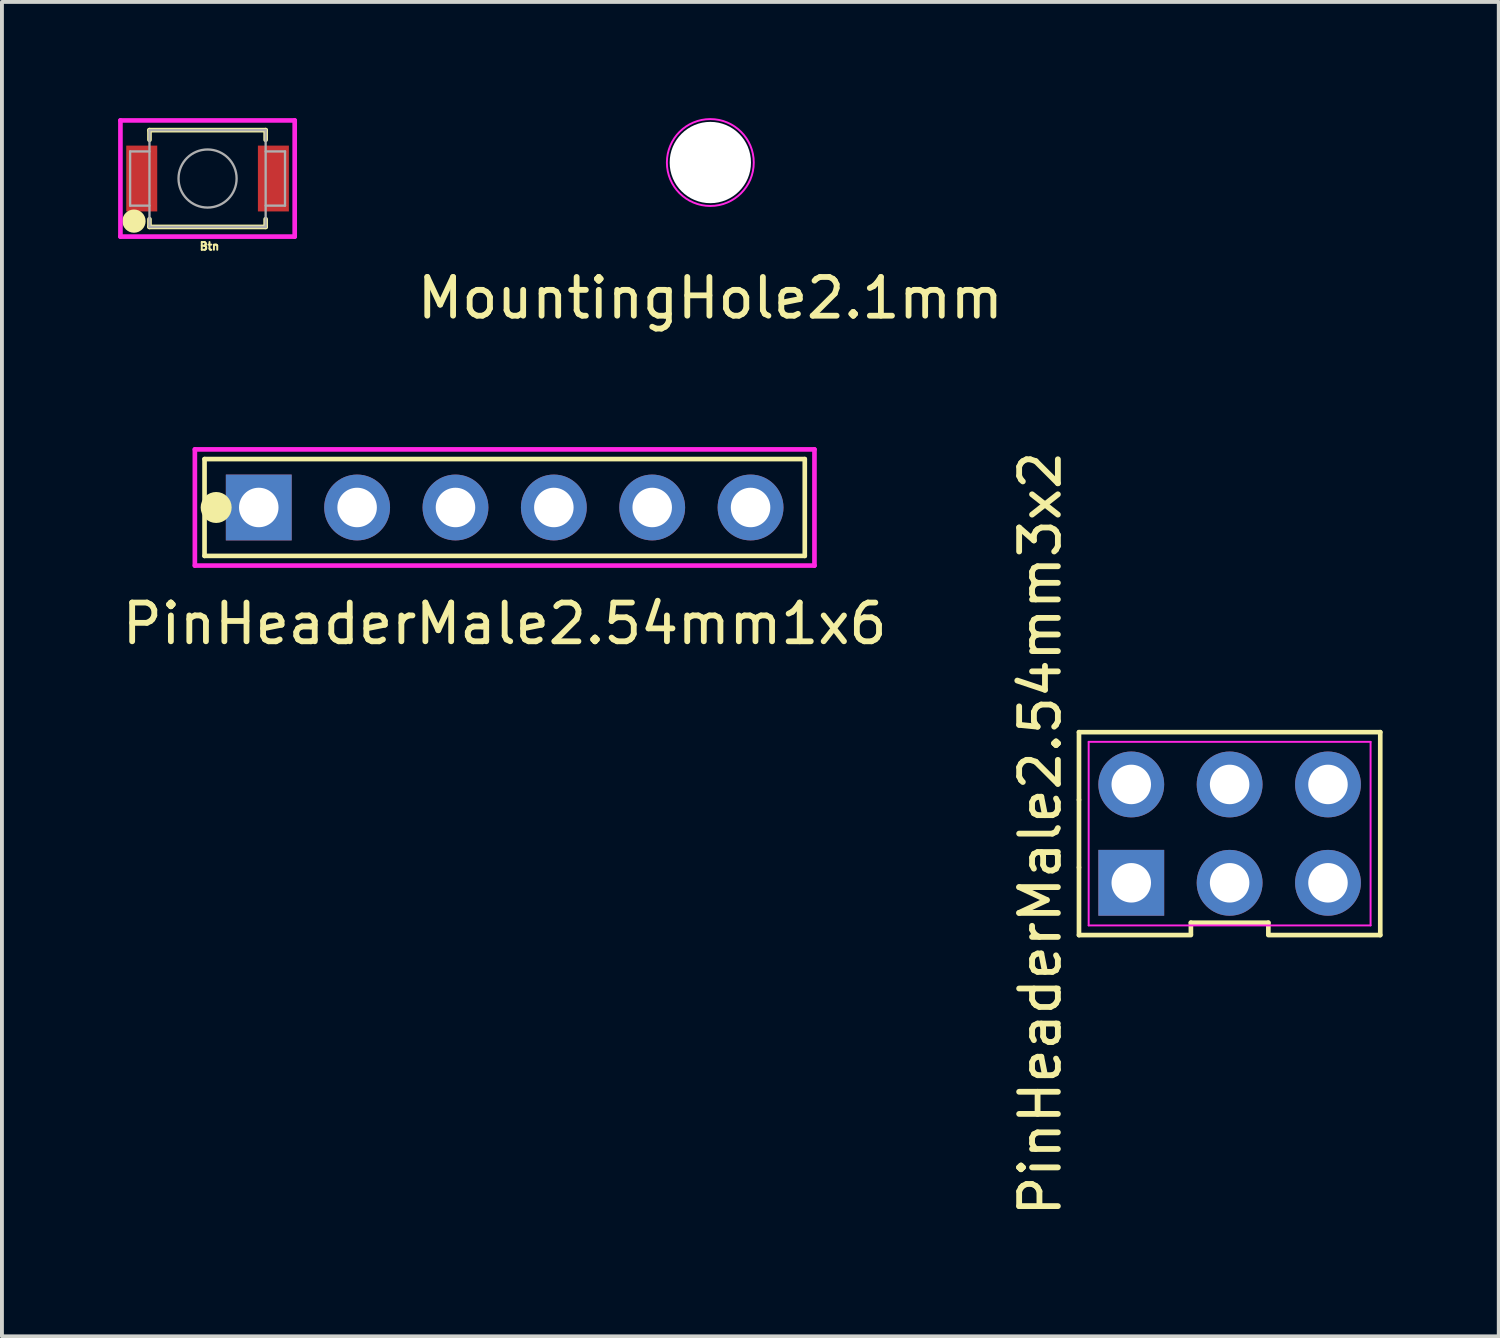
<source format=kicad_pcb>
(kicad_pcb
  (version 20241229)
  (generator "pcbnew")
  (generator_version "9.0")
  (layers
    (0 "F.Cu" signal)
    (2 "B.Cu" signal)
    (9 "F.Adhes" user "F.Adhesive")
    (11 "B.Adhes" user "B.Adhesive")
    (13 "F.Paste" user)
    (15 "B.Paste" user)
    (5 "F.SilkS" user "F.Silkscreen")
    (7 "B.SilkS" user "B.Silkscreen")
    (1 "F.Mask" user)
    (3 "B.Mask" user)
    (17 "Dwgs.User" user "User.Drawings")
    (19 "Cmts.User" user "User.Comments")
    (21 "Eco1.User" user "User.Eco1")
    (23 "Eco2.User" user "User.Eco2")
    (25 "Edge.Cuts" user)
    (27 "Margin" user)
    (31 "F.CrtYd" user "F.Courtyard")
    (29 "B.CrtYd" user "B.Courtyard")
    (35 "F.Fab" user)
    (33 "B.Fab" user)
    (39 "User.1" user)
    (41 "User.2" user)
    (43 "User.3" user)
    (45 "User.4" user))
  (footprint "MountingHole2.1mm"
    (layer "F.Cu")
    (at 15.293 1.147)
    (property "Reference" "MountingHole2.1mm" (at 0 3.5 0) (layer "F.SilkS") (effects (font (size 1 1) (thickness 0.15))))
    (attr through_hole)
    (fp_circle (center 0 0) (end 1.12 -0.06) (stroke (width 0.05) (type solid)) (fill no) (layer "F.CrtYd"))
    (pad "" np_thru_hole circle (at 0 0) (size 2.1 2.1) (drill 2.1) (layers "*.Cu" "*.Mask")))
  (footprint "Btn"
    (layer "F.Cu")
    (at 2.31 1.56)
    (property "Reference" "Btn" (at 0.05 1.75 0) (layer "F.SilkS") (effects (font (size 0.2 0.2) (thickness 0.05))))
    (attr through_hole)
    (fp_line (start -1.5 -1.25) (end 1.5 -1.25) (stroke (width 0.12) (type solid)) (layer "F.SilkS"))
    (fp_line (start -1.5 -1) (end -1.5 -1.25) (stroke (width 0.12) (type solid)) (layer "F.SilkS"))
    (fp_line (start -1.5 1.05) (end -1.5 1.25) (stroke (width 0.12) (type solid)) (layer "F.SilkS"))
    (fp_line (start -1.5 1.25) (end 1.5 1.25) (stroke (width 0.12) (type solid)) (layer "F.SilkS"))
    (fp_line (start 1.5 -1.25) (end 1.5 -1) (stroke (width 0.12) (type solid)) (layer "F.SilkS"))
    (fp_line (start 1.5 1.25) (end 1.5 1.05) (stroke (width 0.12) (type solid)) (layer "F.SilkS"))
    (fp_circle (center -1.9 1.1) (end -1.9 1.1) (stroke (width 0.3) (type solid)) (fill no) (layer "F.SilkS"))
    (fp_line (start -2.25 -1.5) (end -2.25 1.5) (stroke (width 0.12) (type solid)) (layer "F.CrtYd"))
    (fp_line (start -2.25 1.5) (end 2.25 1.5) (stroke (width 0.12) (type solid)) (layer "F.CrtYd"))
    (fp_line (start 2.25 -1.5) (end -2.25 -1.5) (stroke (width 0.12) (type solid)) (layer "F.CrtYd"))
    (fp_line (start 2.25 1.5) (end 2.25 -1.5) (stroke (width 0.12) (type solid)) (layer "F.CrtYd"))
    (fp_line (start -2 -0.7) (end -2 0.7) (stroke (width 0.06) (type solid)) (layer "F.Fab"))
    (fp_line (start -2 -0.7) (end -1.5 -0.7) (stroke (width 0.06) (type solid)) (layer "F.Fab"))
    (fp_line (start -2 0.7) (end -1.5 0.7) (stroke (width 0.06) (type solid)) (layer "F.Fab"))
    (fp_line (start -1.5 -1.25) (end -1.5 1.25) (stroke (width 0.06) (type solid)) (layer "F.Fab"))
    (fp_line (start -1.5 -1.25) (end 1.5 -1.25) (stroke (width 0.06) (type solid)) (layer "F.Fab"))
    (fp_line (start -1.5 1.25) (end 1.5 1.25) (stroke (width 0.06) (type solid)) (layer "F.Fab"))
    (fp_line (start 1.5 -1.25) (end 1.5 1.25) (stroke (width 0.06) (type solid)) (layer "F.Fab"))
    (fp_line (start 2 -0.7) (end 1.5 -0.7) (stroke (width 0.06) (type solid)) (layer "F.Fab"))
    (fp_line (start 2 -0.7) (end 2 0.7) (stroke (width 0.06) (type solid)) (layer "F.Fab"))
    (fp_line (start 2 0.7) (end 1.5 0.7) (stroke (width 0.06) (type solid)) (layer "F.Fab"))
    (fp_circle (center 0 0) (end 0.75 0) (stroke (width 0.06) (type solid)) (fill no) (layer "F.Fab"))
    (pad "1" smd rect (at -1.7 0) (size 0.8 1.7) (layers "F.Cu" "F.Mask" "F.Paste"))
    (pad "2" smd rect (at 1.7 0) (size 0.8 1.7) (layers "F.Cu" "F.Mask" "F.Paste")))
  (footprint "PinHeaderMale2.54mm1x6"
    (layer "F.Cu")
    (at 9.982 10.055)
    (property "Reference" "PinHeaderMale2.54mm1x6" (at 0 3 0) (layer "F.SilkS") (effects (font (size 1 1) (thickness 0.15))))
    (attr through_hole)
    (fp_line (start -7.75 -1.25) (end -7.75 1.25) (stroke (width 0.12) (type solid)) (layer "F.SilkS"))
    (fp_line (start -7.75 -1.25) (end 7.75 -1.25) (stroke (width 0.12) (type solid)) (layer "F.SilkS"))
    (fp_line (start 7.75 -1.25) (end 7.75 1.25) (stroke (width 0.12) (type solid)) (layer "F.SilkS"))
    (fp_line (start 7.75 1.25) (end -7.75 1.25) (stroke (width 0.12) (type solid)) (layer "F.SilkS"))
    (fp_circle (center -7.45 0) (end -7.45 0) (stroke (width 0.4) (type solid)) (fill no) (layer "F.SilkS"))
    (fp_line (start -8 -1.5) (end 8 -1.5) (stroke (width 0.12) (type solid)) (layer "F.CrtYd"))
    (fp_line (start -8 1.5) (end -8 -1.5) (stroke (width 0.12) (type solid)) (layer "F.CrtYd"))
    (fp_line (start 8 -1.5) (end 8 1.5) (stroke (width 0.12) (type solid)) (layer "F.CrtYd"))
    (fp_line (start 8 1.5) (end -8 1.5) (stroke (width 0.12) (type solid)) (layer "F.CrtYd"))
    (pad "1" thru_hole rect (at -6.35 0) (size 1.7 1.7) (drill 1.02) (layers "*.Cu" "*.Mask"))
    (pad "2" thru_hole circle (at -3.81 0) (size 1.7 1.7) (drill 1.02) (layers "*.Cu" "*.Mask"))
    (pad "3" thru_hole circle (at -1.27 0) (size 1.7 1.7) (drill 1.02) (layers "*.Cu" "*.Mask"))
    (pad "4" thru_hole circle (at 1.27 0) (size 1.7 1.7) (drill 1.02) (layers "*.Cu" "*.Mask"))
    (pad "5" thru_hole circle (at 3.81 0) (size 1.7 1.7) (drill 1.02) (layers "*.Cu" "*.Mask"))
    (pad "6" thru_hole circle (at 6.35 0) (size 1.7 1.7) (drill 1.02) (layers "*.Cu" "*.Mask")))
  (footprint "PinHeaderMale2.54mm3x2"
    (layer "F.Cu")
    (at 28.703 18.477)
    (property "Reference" "PinHeaderMale2.54mm3x2" (at -4.89 0 90) (layer "F.SilkS") (effects (font (size 1 1) (thickness 0.15))))
    (attr through_hole)
    (fp_line (start -3.89 -2.62) (end -3.89 -0.873) (stroke (width 0.12) (type solid)) (layer "F.SilkS"))
    (fp_line (start -3.89 -0.873) (end -3.89 0.873) (stroke (width 0.12) (type solid)) (layer "F.SilkS"))
    (fp_line (start -3.89 0.873) (end -3.89 2.62) (stroke (width 0.12) (type solid)) (layer "F.SilkS"))
    (fp_line (start -3.89 2.62) (end -1 2.62) (stroke (width 0.12) (type solid)) (layer "F.SilkS"))
    (fp_line (start -1 2.3) (end 1 2.3) (stroke (width 0.12) (type solid)) (layer "F.SilkS"))
    (fp_line (start -1 2.6) (end -1 2.3) (stroke (width 0.12) (type solid)) (layer "F.SilkS"))
    (fp_line (start 1 2.3) (end 1 2.6) (stroke (width 0.12) (type solid)) (layer "F.SilkS"))
    (fp_line (start 3.89 -2.62) (end -3.89 -2.62) (stroke (width 0.12) (type solid)) (layer "F.SilkS"))
    (fp_line (start 3.89 2.62) (end 1 2.62) (stroke (width 0.12) (type solid)) (layer "F.SilkS"))
    (fp_line (start 3.89 2.62) (end 3.89 -2.62) (stroke (width 0.12) (type solid)) (layer "F.SilkS"))
    (fp_line (start -3.64 -2.37) (end 3.64 -2.37) (stroke (width 0.05) (type solid)) (layer "F.CrtYd"))
    (fp_line (start -3.64 2.37) (end -3.64 -2.37) (stroke (width 0.05) (type solid)) (layer "F.CrtYd"))
    (fp_line (start 3.64 -2.37) (end 3.64 2.37) (stroke (width 0.05) (type solid)) (layer "F.CrtYd"))
    (fp_line (start 3.64 2.37) (end -3.64 2.37) (stroke (width 0.05) (type solid)) (layer "F.CrtYd"))
    (pad "1" thru_hole rect (at -2.54 1.27) (size 1.7 1.7) (drill 1.02) (layers "*.Cu" "*.Mask"))
    (pad "2" thru_hole circle (at -2.54 -1.27) (size 1.7 1.7) (drill 1.02) (layers "*.Cu" "*.Mask"))
    (pad "3" thru_hole circle (at 0 1.27) (size 1.7 1.7) (drill 1.02) (layers "*.Cu" "*.Mask"))
    (pad "4" thru_hole circle (at 0 -1.27) (size 1.7 1.7) (drill 1.02) (layers "*.Cu" "*.Mask"))
    (pad "5" thru_hole circle (at 2.54 1.27) (size 1.7 1.7) (drill 1.02) (layers "*.Cu" "*.Mask"))
    (pad "6" thru_hole circle (at 2.54 -1.27) (size 1.7 1.7) (drill 1.02) (layers "*.Cu" "*.Mask")))
  (gr_rect
    (start -3 -3)
    (end 35.653 31.459)
    (stroke (width 0.1) (type default))
    (fill no)
    (layer "Edge.Cuts")))
</source>
